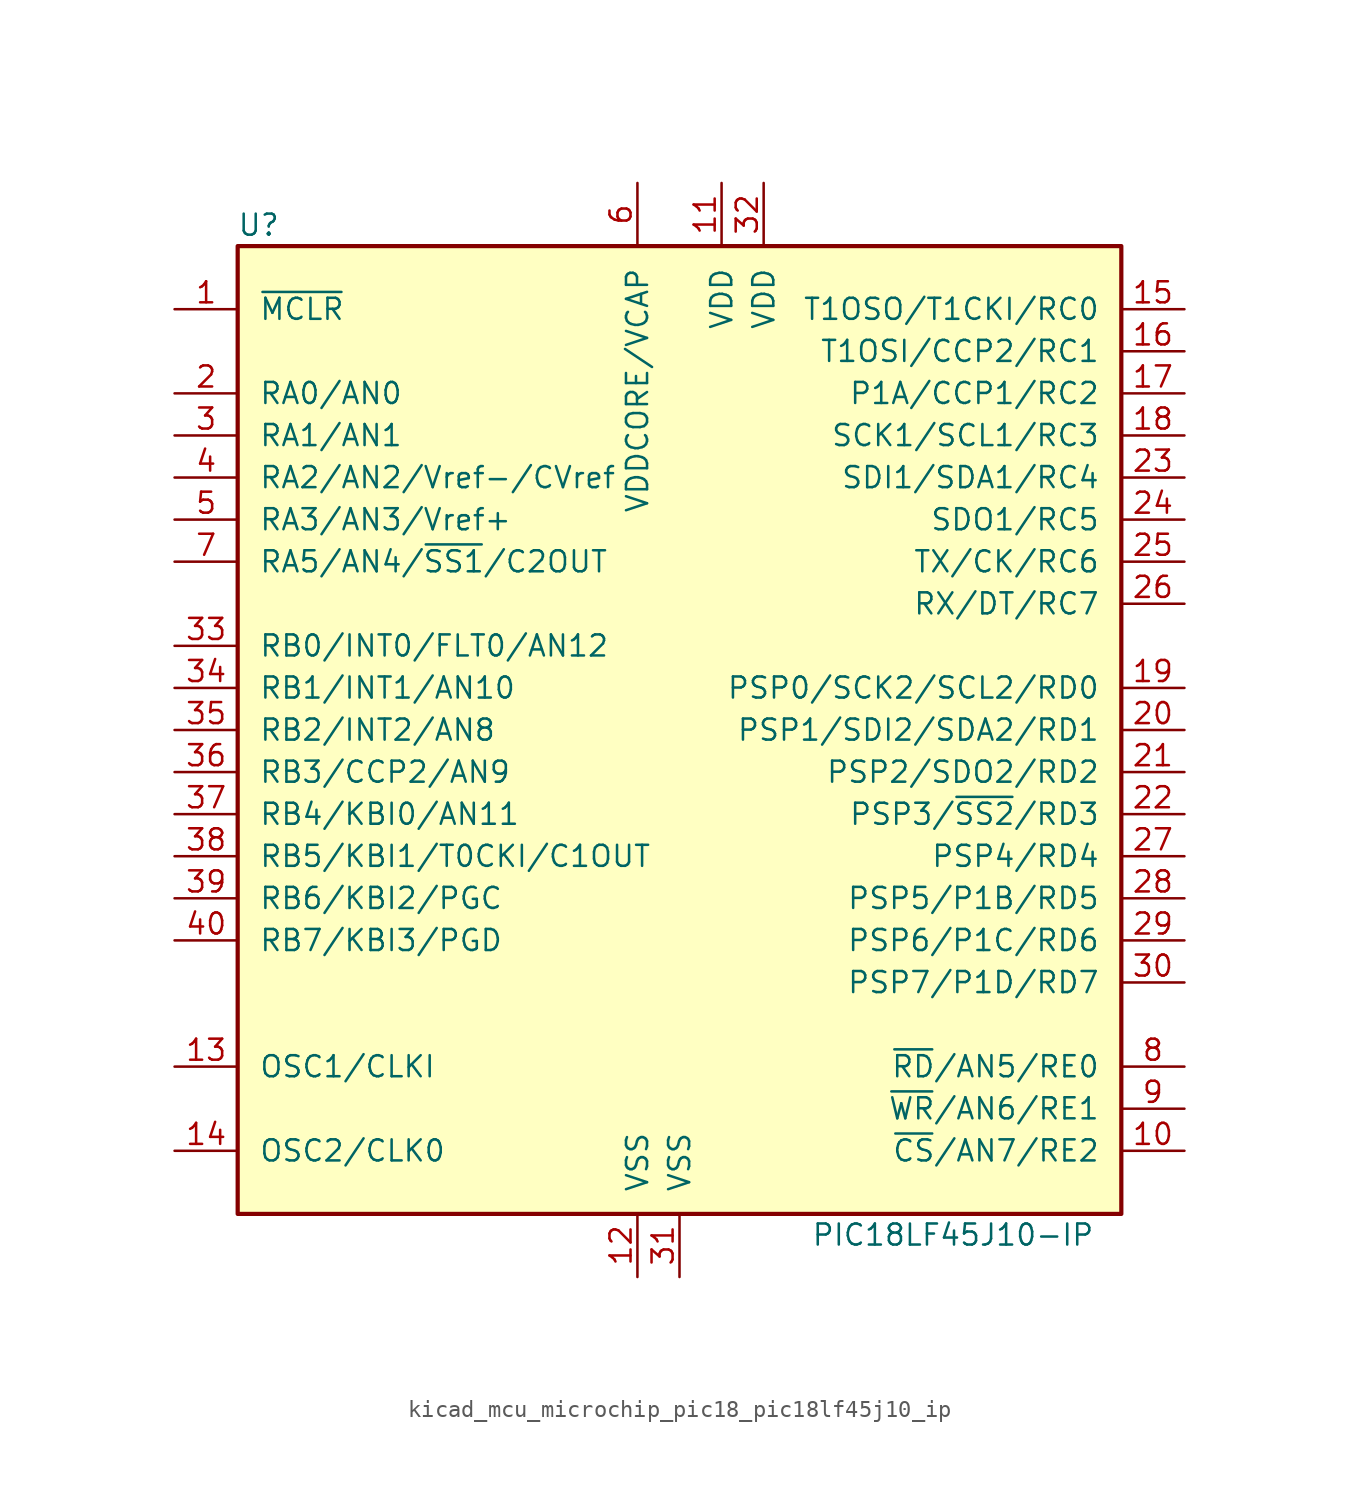
<source format=kicad_sym>
(kicad_symbol_lib
  (version 20220914)
  (generator kicad_symbol_editor)
  (symbol "kicad_mcu_microchip_pic18_pic18lf45j10_ip"
    (pin_names
      (offset 1.27))
    (property "Reference" "U"
      (at -25.4 30.48 0)
      (effects (font (size 1.27 1.27))))
    (property "Value" "PIC18LF45J10-IP"
      (at 16.51 -30.48 0)
      (effects (font (size 1.27 1.27))))
    (symbol "kicad_mcu_microchip_pic18_pic18lf45j10_ip_0_0"
      (rectangle (start -26.67 -29.21) (end 26.67 29.21) (stroke (width 0.254) (type default)) (fill (type background))))
    (symbol "kicad_mcu_microchip_pic18_pic18lf45j10_ip_1_1"
      (pin input line (at -30.48 25.4 0) (length 3.81) (name "~{MCLR}" (effects (font (size 1.27 1.27)))) (number "1" (effects (font (size 1.27 1.27)))))
      (pin tri_state line (at 30.48 -25.4 180) (length 3.81) (name "~{CS}/AN7/RE2" (effects (font (size 1.27 1.27)))) (number "10" (effects (font (size 1.27 1.27)))))
      (pin power_in line (at 2.54 33.02 270) (length 3.81) (name "VDD" (effects (font (size 1.27 1.27)))) (number "11" (effects (font (size 1.27 1.27)))))
      (pin power_in line (at -2.54 -33.02 90) (length 3.81) (name "VSS" (effects (font (size 1.27 1.27)))) (number "12" (effects (font (size 1.27 1.27)))))
      (pin input line (at -30.48 -20.32 0) (length 3.81) (name "OSC1/CLKI" (effects (font (size 1.27 1.27)))) (number "13" (effects (font (size 1.27 1.27)))))
      (pin output line (at -30.48 -25.4 0) (length 3.81) (name "OSC2/CLK0" (effects (font (size 1.27 1.27)))) (number "14" (effects (font (size 1.27 1.27)))))
      (pin tri_state line (at 30.48 25.4 180) (length 3.81) (name "T1OSO/T1CKI/RC0" (effects (font (size 1.27 1.27)))) (number "15" (effects (font (size 1.27 1.27)))))
      (pin tri_state line (at 30.48 22.86 180) (length 3.81) (name "T1OSI/CCP2/RC1" (effects (font (size 1.27 1.27)))) (number "16" (effects (font (size 1.27 1.27)))))
      (pin tri_state line (at 30.48 20.32 180) (length 3.81) (name "P1A/CCP1/RC2" (effects (font (size 1.27 1.27)))) (number "17" (effects (font (size 1.27 1.27)))))
      (pin tri_state line (at 30.48 17.78 180) (length 3.81) (name "SCK1/SCL1/RC3" (effects (font (size 1.27 1.27)))) (number "18" (effects (font (size 1.27 1.27)))))
      (pin tri_state line (at 30.48 2.54 180) (length 3.81) (name "PSP0/SCK2/SCL2/RD0" (effects (font (size 1.27 1.27)))) (number "19" (effects (font (size 1.27 1.27)))))
      (pin tri_state line (at -30.48 20.32 0) (length 3.81) (name "RA0/AN0" (effects (font (size 1.27 1.27)))) (number "2" (effects (font (size 1.27 1.27)))))
      (pin tri_state line (at 30.48 0 180) (length 3.81) (name "PSP1/SDI2/SDA2/RD1" (effects (font (size 1.27 1.27)))) (number "20" (effects (font (size 1.27 1.27)))))
      (pin tri_state line (at 30.48 -2.54 180) (length 3.81) (name "PSP2/SDO2/RD2" (effects (font (size 1.27 1.27)))) (number "21" (effects (font (size 1.27 1.27)))))
      (pin tri_state line (at 30.48 -5.08 180) (length 3.81) (name "PSP3/~{SS2}/RD3" (effects (font (size 1.27 1.27)))) (number "22" (effects (font (size 1.27 1.27)))))
      (pin tri_state line (at 30.48 15.24 180) (length 3.81) (name "SDI1/SDA1/RC4" (effects (font (size 1.27 1.27)))) (number "23" (effects (font (size 1.27 1.27)))))
      (pin tri_state line (at 30.48 12.7 180) (length 3.81) (name "SDO1/RC5" (effects (font (size 1.27 1.27)))) (number "24" (effects (font (size 1.27 1.27)))))
      (pin tri_state line (at 30.48 10.16 180) (length 3.81) (name "TX/CK/RC6" (effects (font (size 1.27 1.27)))) (number "25" (effects (font (size 1.27 1.27)))))
      (pin tri_state line (at 30.48 7.62 180) (length 3.81) (name "RX/DT/RC7" (effects (font (size 1.27 1.27)))) (number "26" (effects (font (size 1.27 1.27)))))
      (pin tri_state line (at 30.48 -7.62 180) (length 3.81) (name "PSP4/RD4" (effects (font (size 1.27 1.27)))) (number "27" (effects (font (size 1.27 1.27)))))
      (pin tri_state line (at 30.48 -10.16 180) (length 3.81) (name "PSP5/P1B/RD5" (effects (font (size 1.27 1.27)))) (number "28" (effects (font (size 1.27 1.27)))))
      (pin tri_state line (at 30.48 -12.7 180) (length 3.81) (name "PSP6/P1C/RD6" (effects (font (size 1.27 1.27)))) (number "29" (effects (font (size 1.27 1.27)))))
      (pin tri_state line (at -30.48 17.78 0) (length 3.81) (name "RA1/AN1" (effects (font (size 1.27 1.27)))) (number "3" (effects (font (size 1.27 1.27)))))
      (pin tri_state line (at 30.48 -15.24 180) (length 3.81) (name "PSP7/P1D/RD7" (effects (font (size 1.27 1.27)))) (number "30" (effects (font (size 1.27 1.27)))))
      (pin power_in line (at 0 -33.02 90) (length 3.81) (name "VSS" (effects (font (size 1.27 1.27)))) (number "31" (effects (font (size 1.27 1.27)))))
      (pin power_in line (at 5.08 33.02 270) (length 3.81) (name "VDD" (effects (font (size 1.27 1.27)))) (number "32" (effects (font (size 1.27 1.27)))))
      (pin tri_state line (at -30.48 5.08 0) (length 3.81) (name "RB0/INT0/FLT0/AN12" (effects (font (size 1.27 1.27)))) (number "33" (effects (font (size 1.27 1.27)))))
      (pin tri_state line (at -30.48 2.54 0) (length 3.81) (name "RB1/INT1/AN10" (effects (font (size 1.27 1.27)))) (number "34" (effects (font (size 1.27 1.27)))))
      (pin tri_state line (at -30.48 0 0) (length 3.81) (name "RB2/INT2/AN8" (effects (font (size 1.27 1.27)))) (number "35" (effects (font (size 1.27 1.27)))))
      (pin tri_state line (at -30.48 -2.54 0) (length 3.81) (name "RB3/CCP2/AN9" (effects (font (size 1.27 1.27)))) (number "36" (effects (font (size 1.27 1.27)))))
      (pin tri_state line (at -30.48 -5.08 0) (length 3.81) (name "RB4/KBI0/AN11" (effects (font (size 1.27 1.27)))) (number "37" (effects (font (size 1.27 1.27)))))
      (pin tri_state line (at -30.48 -7.62 0) (length 3.81) (name "RB5/KBI1/T0CKI/C1OUT" (effects (font (size 1.27 1.27)))) (number "38" (effects (font (size 1.27 1.27)))))
      (pin tri_state line (at -30.48 -10.16 0) (length 3.81) (name "RB6/KBI2/PGC" (effects (font (size 1.27 1.27)))) (number "39" (effects (font (size 1.27 1.27)))))
      (pin tri_state line (at -30.48 15.24 0) (length 3.81) (name "RA2/AN2/Vref-/CVref" (effects (font (size 1.27 1.27)))) (number "4" (effects (font (size 1.27 1.27)))))
      (pin tri_state line (at -30.48 -12.7 0) (length 3.81) (name "RB7/KBI3/PGD" (effects (font (size 1.27 1.27)))) (number "40" (effects (font (size 1.27 1.27)))))
      (pin tri_state line (at -30.48 12.7 0) (length 3.81) (name "RA3/AN3/Vref+" (effects (font (size 1.27 1.27)))) (number "5" (effects (font (size 1.27 1.27)))))
      (pin passive line (at -2.54 33.02 270) (length 3.81) (name "VDDCORE/VCAP" (effects (font (size 1.27 1.27)))) (number "6" (effects (font (size 1.27 1.27)))))
      (pin tri_state line (at -30.48 10.16 0) (length 3.81) (name "RA5/AN4/~{SS1}/C2OUT" (effects (font (size 1.27 1.27)))) (number "7" (effects (font (size 1.27 1.27)))))
      (pin tri_state line (at 30.48 -20.32 180) (length 3.81) (name "~{RD}/AN5/RE0" (effects (font (size 1.27 1.27)))) (number "8" (effects (font (size 1.27 1.27)))))
      (pin tri_state line (at 30.48 -22.86 180) (length 3.81) (name "~{WR}/AN6/RE1" (effects (font (size 1.27 1.27)))) (number "9" (effects (font (size 1.27 1.27))))))))
</source>
